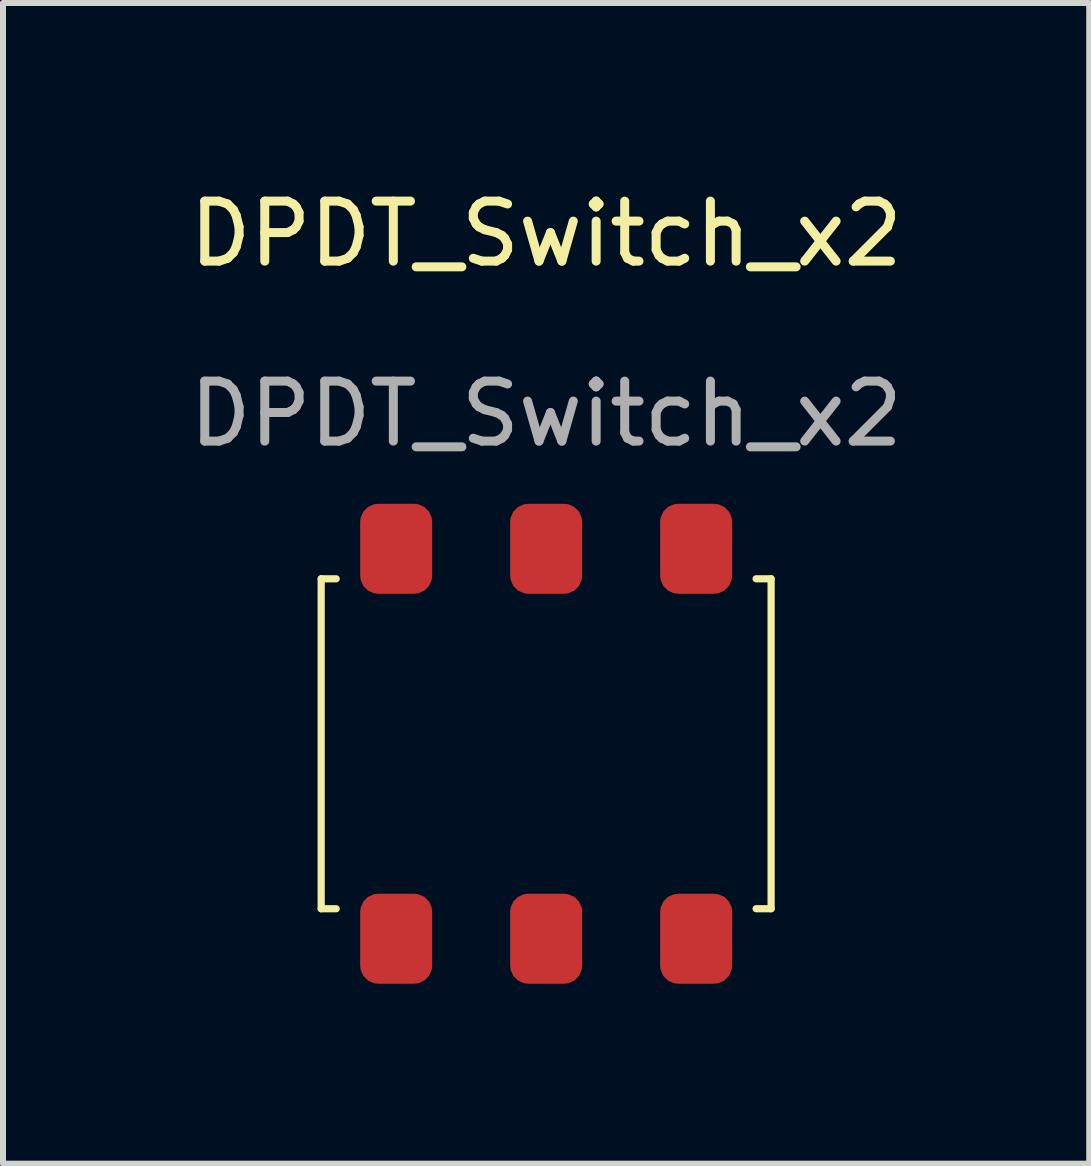
<source format=kicad_pcb>
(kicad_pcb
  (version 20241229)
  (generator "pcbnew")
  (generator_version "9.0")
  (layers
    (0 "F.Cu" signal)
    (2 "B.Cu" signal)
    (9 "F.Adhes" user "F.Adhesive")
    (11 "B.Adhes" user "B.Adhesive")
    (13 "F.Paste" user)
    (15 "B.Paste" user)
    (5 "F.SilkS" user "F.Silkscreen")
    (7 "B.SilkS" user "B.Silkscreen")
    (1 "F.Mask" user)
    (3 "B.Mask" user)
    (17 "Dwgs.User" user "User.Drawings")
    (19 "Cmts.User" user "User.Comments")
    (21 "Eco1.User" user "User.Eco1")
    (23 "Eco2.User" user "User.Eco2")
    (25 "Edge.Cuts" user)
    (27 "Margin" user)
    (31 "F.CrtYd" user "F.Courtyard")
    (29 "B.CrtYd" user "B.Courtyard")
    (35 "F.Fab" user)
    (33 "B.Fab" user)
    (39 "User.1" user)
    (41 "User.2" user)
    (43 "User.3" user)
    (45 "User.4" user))
  (footprint "DPDT_Switch_x2"
    (layer "F.Cu")
    (at 6.054 9.348)
    (property "Reference" "DPDT_Switch_x2" (at 0 -8.5 0) (unlocked yes) (layer "F.SilkS") (effects (font (size 1 1) (thickness 0.15))))
    (attr smd)
    (fp_line (start -3.75 -2.75) (end -3.75 2.75) (stroke (width 0.12) (type solid)) (layer "F.SilkS"))
    (fp_line (start -3.75 2.75) (end -3.5 2.75) (stroke (width 0.12) (type solid)) (layer "F.SilkS"))
    (fp_line (start -3.5 -2.75) (end -3.75 -2.75) (stroke (width 0.12) (type solid)) (layer "F.SilkS"))
    (fp_line (start 3.5 -2.75) (end 3.75 -2.75) (stroke (width 0.12) (type solid)) (layer "F.SilkS"))
    (fp_line (start 3.75 -2.75) (end 3.75 2.75) (stroke (width 0.12) (type solid)) (layer "F.SilkS"))
    (fp_line (start 3.75 2.75) (end 3.5 2.75) (stroke (width 0.12) (type solid)) (layer "F.SilkS"))
    (fp_text user "${REFERENCE}" (at 0 -5.5 0) (unlocked yes) (layer "F.Fab") (effects (font (size 1 1) (thickness 0.15))))
    (pad "1" smd roundrect (at -2.5 -3.25) (size 1.2 1.5) (layers "F.Cu" "F.Mask" "F.Paste") (roundrect_rratio 0.25))
    (pad "2" smd roundrect (at 0 -3.25) (size 1.2 1.5) (layers "F.Cu" "F.Mask" "F.Paste") (roundrect_rratio 0.25))
    (pad "3" smd roundrect (at 2.5 -3.25) (size 1.2 1.5) (layers "F.Cu" "F.Mask" "F.Paste") (roundrect_rratio 0.25))
    (pad "4" smd roundrect (at -2.5 3.25) (size 1.2 1.5) (layers "F.Cu" "F.Mask" "F.Paste") (roundrect_rratio 0.25))
    (pad "5" smd roundrect (at 0 3.25) (size 1.2 1.5) (layers "F.Cu" "F.Mask" "F.Paste") (roundrect_rratio 0.25))
    (pad "6" smd roundrect (at 2.5 3.25) (size 1.2 1.5) (layers "F.Cu" "F.Mask" "F.Paste") (roundrect_rratio 0.25)))
  (gr_rect
    (start -3 -3)
    (end 15.107 16.348)
    (stroke (width 0.1) (type default))
    (fill no)
    (layer "Edge.Cuts")))
</source>
